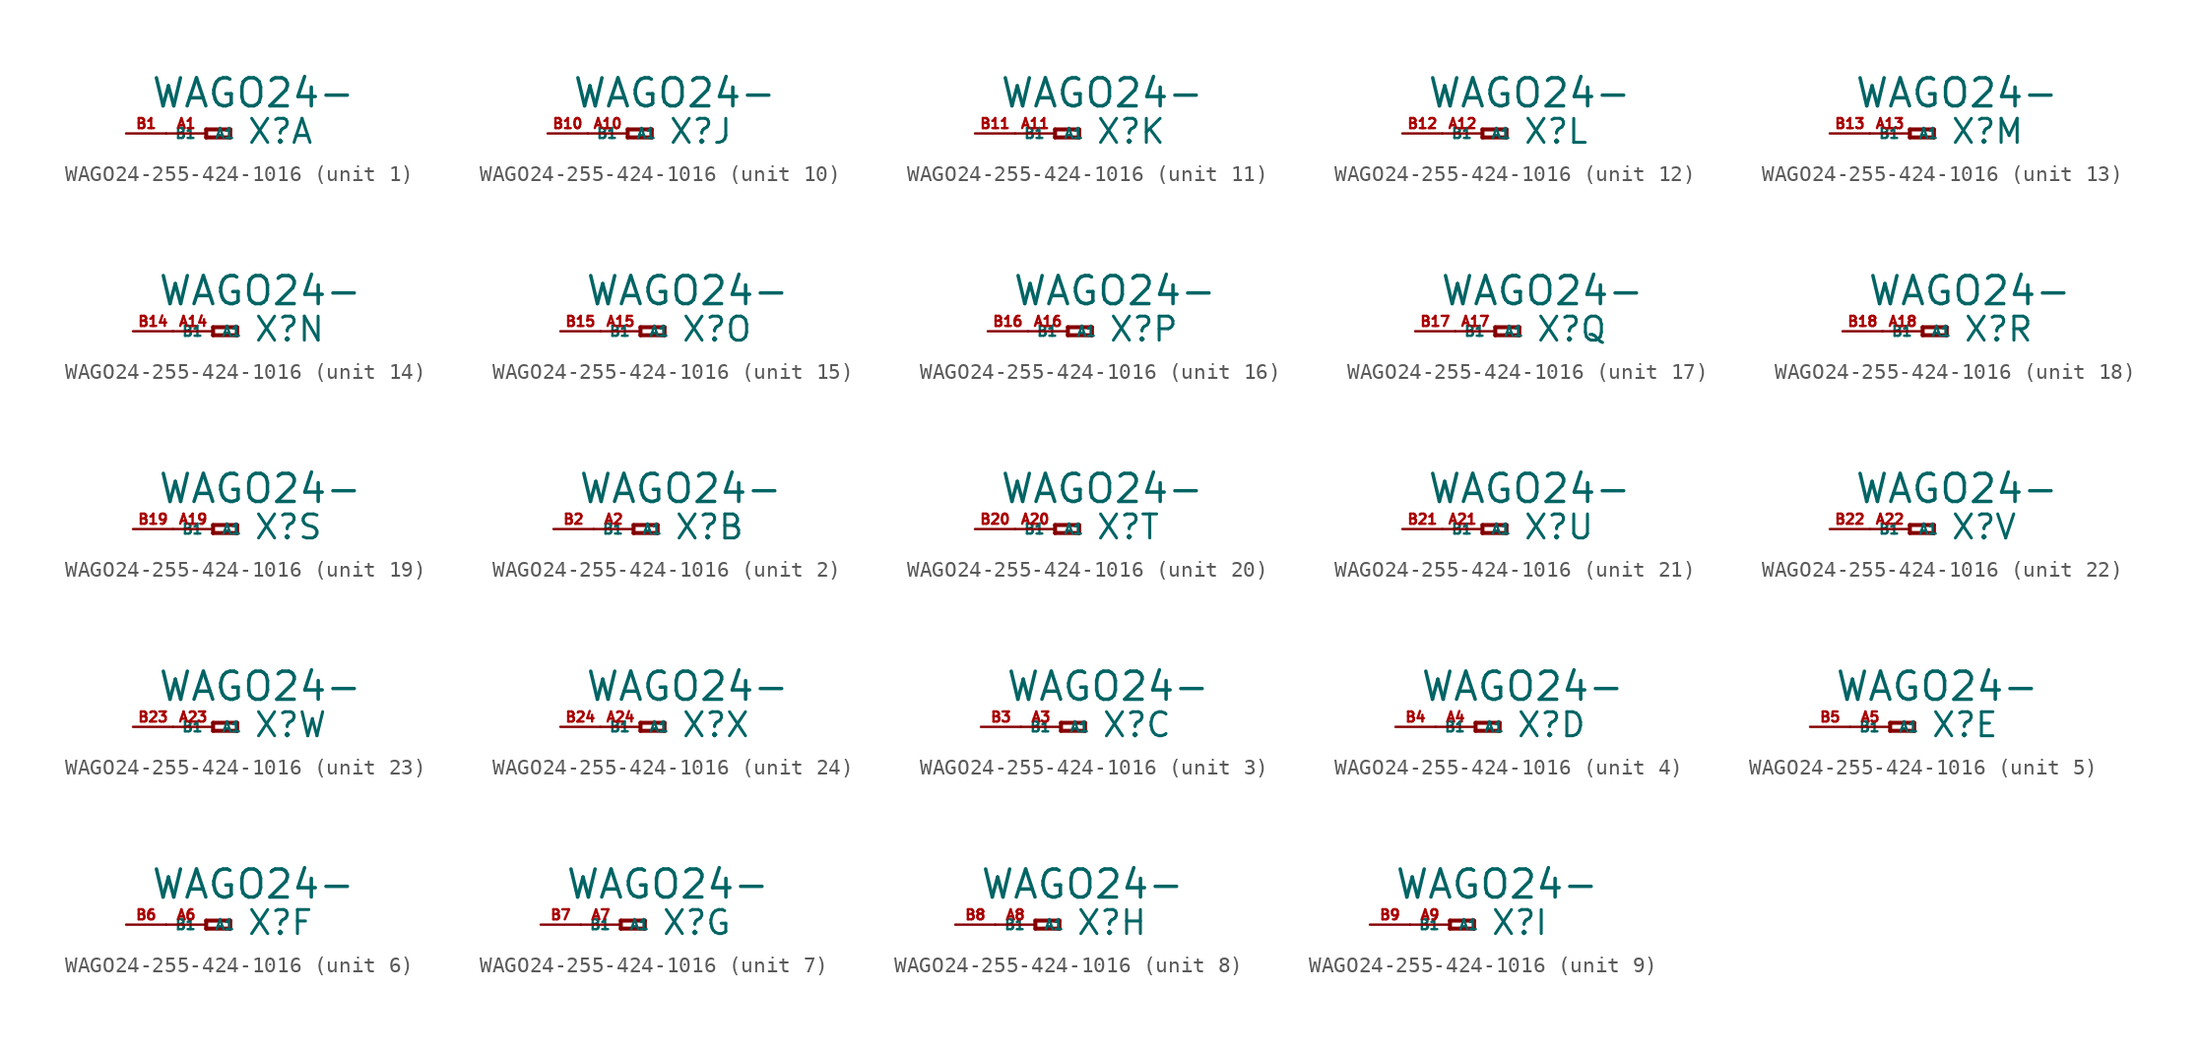
<source format=kicad_sym>
(kicad_symbol_lib
  (version 20220914)
  (generator Eagle2Kicad)
  (symbol "WAGO24-255-424-1016"
    (property "Reference" "X"
      (at 2.54 -0.762 0)
      (effects (font (size 1.524 1.524) (thickness 0.19)) (justify left bottom)))
    (property "Value" "WAGO24-"
      (at -3.556 1.524 0)
      (effects (font (size 1.778 1.778) (thickness 0.22)) (justify left bottom)))
    (symbol "WAGO24-255-424-1016_1_0"
      (polyline (pts (xy 0 0.254) (xy 0 -0.254)) (stroke (width 0.254) (type default)) (fill (type none)))
      (polyline (pts (xy 0 -0.254) (xy 1.524 -0.254)) (stroke (width 0.254) (type default)) (fill (type none)))
      (polyline (pts (xy 1.524 -0.254) (xy 1.524 0.254)) (stroke (width 0.254) (type default)) (fill (type none)))
      (polyline (pts (xy 1.524 0.254) (xy 0 0.254)) (stroke (width 0.254) (type default)) (fill (type none)))
      (pin passive line (at -2.54 0 0) (length 2.54) (name "A1" (effects (font (size 0.635 0.635) (thickness 0.08)) (justify left bottom))) (number "A1" (effects (font (size 0.635 0.635) (thickness 0.08)) (justify left bottom))))
      (pin passive line (at -5.08 0 0) (length 2.54) (name "B1" (effects (font (size 0.635 0.635) (thickness 0.08)) (justify left bottom))) (number "B1" (effects (font (size 0.635 0.635) (thickness 0.08)) (justify left bottom)))))
    (symbol "WAGO24-255-424-1016_2_0"
      (polyline (pts (xy 0 0.254) (xy 0 -0.254)) (stroke (width 0.254) (type default)) (fill (type none)))
      (polyline (pts (xy 0 -0.254) (xy 1.524 -0.254)) (stroke (width 0.254) (type default)) (fill (type none)))
      (polyline (pts (xy 1.524 -0.254) (xy 1.524 0.254)) (stroke (width 0.254) (type default)) (fill (type none)))
      (polyline (pts (xy 1.524 0.254) (xy 0 0.254)) (stroke (width 0.254) (type default)) (fill (type none)))
      (pin passive line (at -2.54 0 0) (length 2.54) (name "A1" (effects (font (size 0.635 0.635) (thickness 0.08)) (justify left bottom))) (number "A2" (effects (font (size 0.635 0.635) (thickness 0.08)) (justify left bottom))))
      (pin passive line (at -5.08 0 0) (length 2.54) (name "B1" (effects (font (size 0.635 0.635) (thickness 0.08)) (justify left bottom))) (number "B2" (effects (font (size 0.635 0.635) (thickness 0.08)) (justify left bottom)))))
    (symbol "WAGO24-255-424-1016_3_0"
      (polyline (pts (xy 0 0.254) (xy 0 -0.254)) (stroke (width 0.254) (type default)) (fill (type none)))
      (polyline (pts (xy 0 -0.254) (xy 1.524 -0.254)) (stroke (width 0.254) (type default)) (fill (type none)))
      (polyline (pts (xy 1.524 -0.254) (xy 1.524 0.254)) (stroke (width 0.254) (type default)) (fill (type none)))
      (polyline (pts (xy 1.524 0.254) (xy 0 0.254)) (stroke (width 0.254) (type default)) (fill (type none)))
      (pin passive line (at -2.54 0 0) (length 2.54) (name "A1" (effects (font (size 0.635 0.635) (thickness 0.08)) (justify left bottom))) (number "A3" (effects (font (size 0.635 0.635) (thickness 0.08)) (justify left bottom))))
      (pin passive line (at -5.08 0 0) (length 2.54) (name "B1" (effects (font (size 0.635 0.635) (thickness 0.08)) (justify left bottom))) (number "B3" (effects (font (size 0.635 0.635) (thickness 0.08)) (justify left bottom)))))
    (symbol "WAGO24-255-424-1016_4_0"
      (polyline (pts (xy 0 0.254) (xy 0 -0.254)) (stroke (width 0.254) (type default)) (fill (type none)))
      (polyline (pts (xy 0 -0.254) (xy 1.524 -0.254)) (stroke (width 0.254) (type default)) (fill (type none)))
      (polyline (pts (xy 1.524 -0.254) (xy 1.524 0.254)) (stroke (width 0.254) (type default)) (fill (type none)))
      (polyline (pts (xy 1.524 0.254) (xy 0 0.254)) (stroke (width 0.254) (type default)) (fill (type none)))
      (pin passive line (at -2.54 0 0) (length 2.54) (name "A1" (effects (font (size 0.635 0.635) (thickness 0.08)) (justify left bottom))) (number "A4" (effects (font (size 0.635 0.635) (thickness 0.08)) (justify left bottom))))
      (pin passive line (at -5.08 0 0) (length 2.54) (name "B1" (effects (font (size 0.635 0.635) (thickness 0.08)) (justify left bottom))) (number "B4" (effects (font (size 0.635 0.635) (thickness 0.08)) (justify left bottom)))))
    (symbol "WAGO24-255-424-1016_5_0"
      (polyline (pts (xy 0 0.254) (xy 0 -0.254)) (stroke (width 0.254) (type default)) (fill (type none)))
      (polyline (pts (xy 0 -0.254) (xy 1.524 -0.254)) (stroke (width 0.254) (type default)) (fill (type none)))
      (polyline (pts (xy 1.524 -0.254) (xy 1.524 0.254)) (stroke (width 0.254) (type default)) (fill (type none)))
      (polyline (pts (xy 1.524 0.254) (xy 0 0.254)) (stroke (width 0.254) (type default)) (fill (type none)))
      (pin passive line (at -2.54 0 0) (length 2.54) (name "A1" (effects (font (size 0.635 0.635) (thickness 0.08)) (justify left bottom))) (number "A5" (effects (font (size 0.635 0.635) (thickness 0.08)) (justify left bottom))))
      (pin passive line (at -5.08 0 0) (length 2.54) (name "B1" (effects (font (size 0.635 0.635) (thickness 0.08)) (justify left bottom))) (number "B5" (effects (font (size 0.635 0.635) (thickness 0.08)) (justify left bottom)))))
    (symbol "WAGO24-255-424-1016_6_0"
      (polyline (pts (xy 0 0.254) (xy 0 -0.254)) (stroke (width 0.254) (type default)) (fill (type none)))
      (polyline (pts (xy 0 -0.254) (xy 1.524 -0.254)) (stroke (width 0.254) (type default)) (fill (type none)))
      (polyline (pts (xy 1.524 -0.254) (xy 1.524 0.254)) (stroke (width 0.254) (type default)) (fill (type none)))
      (polyline (pts (xy 1.524 0.254) (xy 0 0.254)) (stroke (width 0.254) (type default)) (fill (type none)))
      (pin passive line (at -2.54 0 0) (length 2.54) (name "A1" (effects (font (size 0.635 0.635) (thickness 0.08)) (justify left bottom))) (number "A6" (effects (font (size 0.635 0.635) (thickness 0.08)) (justify left bottom))))
      (pin passive line (at -5.08 0 0) (length 2.54) (name "B1" (effects (font (size 0.635 0.635) (thickness 0.08)) (justify left bottom))) (number "B6" (effects (font (size 0.635 0.635) (thickness 0.08)) (justify left bottom)))))
    (symbol "WAGO24-255-424-1016_7_0"
      (polyline (pts (xy 0 0.254) (xy 0 -0.254)) (stroke (width 0.254) (type default)) (fill (type none)))
      (polyline (pts (xy 0 -0.254) (xy 1.524 -0.254)) (stroke (width 0.254) (type default)) (fill (type none)))
      (polyline (pts (xy 1.524 -0.254) (xy 1.524 0.254)) (stroke (width 0.254) (type default)) (fill (type none)))
      (polyline (pts (xy 1.524 0.254) (xy 0 0.254)) (stroke (width 0.254) (type default)) (fill (type none)))
      (pin passive line (at -2.54 0 0) (length 2.54) (name "A1" (effects (font (size 0.635 0.635) (thickness 0.08)) (justify left bottom))) (number "A7" (effects (font (size 0.635 0.635) (thickness 0.08)) (justify left bottom))))
      (pin passive line (at -5.08 0 0) (length 2.54) (name "B1" (effects (font (size 0.635 0.635) (thickness 0.08)) (justify left bottom))) (number "B7" (effects (font (size 0.635 0.635) (thickness 0.08)) (justify left bottom)))))
    (symbol "WAGO24-255-424-1016_8_0"
      (polyline (pts (xy 0 0.254) (xy 0 -0.254)) (stroke (width 0.254) (type default)) (fill (type none)))
      (polyline (pts (xy 0 -0.254) (xy 1.524 -0.254)) (stroke (width 0.254) (type default)) (fill (type none)))
      (polyline (pts (xy 1.524 -0.254) (xy 1.524 0.254)) (stroke (width 0.254) (type default)) (fill (type none)))
      (polyline (pts (xy 1.524 0.254) (xy 0 0.254)) (stroke (width 0.254) (type default)) (fill (type none)))
      (pin passive line (at -2.54 0 0) (length 2.54) (name "A1" (effects (font (size 0.635 0.635) (thickness 0.08)) (justify left bottom))) (number "A8" (effects (font (size 0.635 0.635) (thickness 0.08)) (justify left bottom))))
      (pin passive line (at -5.08 0 0) (length 2.54) (name "B1" (effects (font (size 0.635 0.635) (thickness 0.08)) (justify left bottom))) (number "B8" (effects (font (size 0.635 0.635) (thickness 0.08)) (justify left bottom)))))
    (symbol "WAGO24-255-424-1016_9_0"
      (polyline (pts (xy 0 0.254) (xy 0 -0.254)) (stroke (width 0.254) (type default)) (fill (type none)))
      (polyline (pts (xy 0 -0.254) (xy 1.524 -0.254)) (stroke (width 0.254) (type default)) (fill (type none)))
      (polyline (pts (xy 1.524 -0.254) (xy 1.524 0.254)) (stroke (width 0.254) (type default)) (fill (type none)))
      (polyline (pts (xy 1.524 0.254) (xy 0 0.254)) (stroke (width 0.254) (type default)) (fill (type none)))
      (pin passive line (at -2.54 0 0) (length 2.54) (name "A1" (effects (font (size 0.635 0.635) (thickness 0.08)) (justify left bottom))) (number "A9" (effects (font (size 0.635 0.635) (thickness 0.08)) (justify left bottom))))
      (pin passive line (at -5.08 0 0) (length 2.54) (name "B1" (effects (font (size 0.635 0.635) (thickness 0.08)) (justify left bottom))) (number "B9" (effects (font (size 0.635 0.635) (thickness 0.08)) (justify left bottom)))))
    (symbol "WAGO24-255-424-1016_10_0"
      (polyline (pts (xy 0 0.254) (xy 0 -0.254)) (stroke (width 0.254) (type default)) (fill (type none)))
      (polyline (pts (xy 0 -0.254) (xy 1.524 -0.254)) (stroke (width 0.254) (type default)) (fill (type none)))
      (polyline (pts (xy 1.524 -0.254) (xy 1.524 0.254)) (stroke (width 0.254) (type default)) (fill (type none)))
      (polyline (pts (xy 1.524 0.254) (xy 0 0.254)) (stroke (width 0.254) (type default)) (fill (type none)))
      (pin passive line (at -2.54 0 0) (length 2.54) (name "A1" (effects (font (size 0.635 0.635) (thickness 0.08)) (justify left bottom))) (number "A10" (effects (font (size 0.635 0.635) (thickness 0.08)) (justify left bottom))))
      (pin passive line (at -5.08 0 0) (length 2.54) (name "B1" (effects (font (size 0.635 0.635) (thickness 0.08)) (justify left bottom))) (number "B10" (effects (font (size 0.635 0.635) (thickness 0.08)) (justify left bottom)))))
    (symbol "WAGO24-255-424-1016_11_0"
      (polyline (pts (xy 0 0.254) (xy 0 -0.254)) (stroke (width 0.254) (type default)) (fill (type none)))
      (polyline (pts (xy 0 -0.254) (xy 1.524 -0.254)) (stroke (width 0.254) (type default)) (fill (type none)))
      (polyline (pts (xy 1.524 -0.254) (xy 1.524 0.254)) (stroke (width 0.254) (type default)) (fill (type none)))
      (polyline (pts (xy 1.524 0.254) (xy 0 0.254)) (stroke (width 0.254) (type default)) (fill (type none)))
      (pin passive line (at -2.54 0 0) (length 2.54) (name "A1" (effects (font (size 0.635 0.635) (thickness 0.08)) (justify left bottom))) (number "A11" (effects (font (size 0.635 0.635) (thickness 0.08)) (justify left bottom))))
      (pin passive line (at -5.08 0 0) (length 2.54) (name "B1" (effects (font (size 0.635 0.635) (thickness 0.08)) (justify left bottom))) (number "B11" (effects (font (size 0.635 0.635) (thickness 0.08)) (justify left bottom)))))
    (symbol "WAGO24-255-424-1016_12_0"
      (polyline (pts (xy 0 0.254) (xy 0 -0.254)) (stroke (width 0.254) (type default)) (fill (type none)))
      (polyline (pts (xy 0 -0.254) (xy 1.524 -0.254)) (stroke (width 0.254) (type default)) (fill (type none)))
      (polyline (pts (xy 1.524 -0.254) (xy 1.524 0.254)) (stroke (width 0.254) (type default)) (fill (type none)))
      (polyline (pts (xy 1.524 0.254) (xy 0 0.254)) (stroke (width 0.254) (type default)) (fill (type none)))
      (pin passive line (at -2.54 0 0) (length 2.54) (name "A1" (effects (font (size 0.635 0.635) (thickness 0.08)) (justify left bottom))) (number "A12" (effects (font (size 0.635 0.635) (thickness 0.08)) (justify left bottom))))
      (pin passive line (at -5.08 0 0) (length 2.54) (name "B1" (effects (font (size 0.635 0.635) (thickness 0.08)) (justify left bottom))) (number "B12" (effects (font (size 0.635 0.635) (thickness 0.08)) (justify left bottom)))))
    (symbol "WAGO24-255-424-1016_13_0"
      (polyline (pts (xy 0 0.254) (xy 0 -0.254)) (stroke (width 0.254) (type default)) (fill (type none)))
      (polyline (pts (xy 0 -0.254) (xy 1.524 -0.254)) (stroke (width 0.254) (type default)) (fill (type none)))
      (polyline (pts (xy 1.524 -0.254) (xy 1.524 0.254)) (stroke (width 0.254) (type default)) (fill (type none)))
      (polyline (pts (xy 1.524 0.254) (xy 0 0.254)) (stroke (width 0.254) (type default)) (fill (type none)))
      (pin passive line (at -2.54 0 0) (length 2.54) (name "A1" (effects (font (size 0.635 0.635) (thickness 0.08)) (justify left bottom))) (number "A13" (effects (font (size 0.635 0.635) (thickness 0.08)) (justify left bottom))))
      (pin passive line (at -5.08 0 0) (length 2.54) (name "B1" (effects (font (size 0.635 0.635) (thickness 0.08)) (justify left bottom))) (number "B13" (effects (font (size 0.635 0.635) (thickness 0.08)) (justify left bottom)))))
    (symbol "WAGO24-255-424-1016_14_0"
      (polyline (pts (xy 0 0.254) (xy 0 -0.254)) (stroke (width 0.254) (type default)) (fill (type none)))
      (polyline (pts (xy 0 -0.254) (xy 1.524 -0.254)) (stroke (width 0.254) (type default)) (fill (type none)))
      (polyline (pts (xy 1.524 -0.254) (xy 1.524 0.254)) (stroke (width 0.254) (type default)) (fill (type none)))
      (polyline (pts (xy 1.524 0.254) (xy 0 0.254)) (stroke (width 0.254) (type default)) (fill (type none)))
      (pin passive line (at -2.54 0 0) (length 2.54) (name "A1" (effects (font (size 0.635 0.635) (thickness 0.08)) (justify left bottom))) (number "A14" (effects (font (size 0.635 0.635) (thickness 0.08)) (justify left bottom))))
      (pin passive line (at -5.08 0 0) (length 2.54) (name "B1" (effects (font (size 0.635 0.635) (thickness 0.08)) (justify left bottom))) (number "B14" (effects (font (size 0.635 0.635) (thickness 0.08)) (justify left bottom)))))
    (symbol "WAGO24-255-424-1016_15_0"
      (polyline (pts (xy 0 0.254) (xy 0 -0.254)) (stroke (width 0.254) (type default)) (fill (type none)))
      (polyline (pts (xy 0 -0.254) (xy 1.524 -0.254)) (stroke (width 0.254) (type default)) (fill (type none)))
      (polyline (pts (xy 1.524 -0.254) (xy 1.524 0.254)) (stroke (width 0.254) (type default)) (fill (type none)))
      (polyline (pts (xy 1.524 0.254) (xy 0 0.254)) (stroke (width 0.254) (type default)) (fill (type none)))
      (pin passive line (at -2.54 0 0) (length 2.54) (name "A1" (effects (font (size 0.635 0.635) (thickness 0.08)) (justify left bottom))) (number "A15" (effects (font (size 0.635 0.635) (thickness 0.08)) (justify left bottom))))
      (pin passive line (at -5.08 0 0) (length 2.54) (name "B1" (effects (font (size 0.635 0.635) (thickness 0.08)) (justify left bottom))) (number "B15" (effects (font (size 0.635 0.635) (thickness 0.08)) (justify left bottom)))))
    (symbol "WAGO24-255-424-1016_16_0"
      (polyline (pts (xy 0 0.254) (xy 0 -0.254)) (stroke (width 0.254) (type default)) (fill (type none)))
      (polyline (pts (xy 0 -0.254) (xy 1.524 -0.254)) (stroke (width 0.254) (type default)) (fill (type none)))
      (polyline (pts (xy 1.524 -0.254) (xy 1.524 0.254)) (stroke (width 0.254) (type default)) (fill (type none)))
      (polyline (pts (xy 1.524 0.254) (xy 0 0.254)) (stroke (width 0.254) (type default)) (fill (type none)))
      (pin passive line (at -2.54 0 0) (length 2.54) (name "A1" (effects (font (size 0.635 0.635) (thickness 0.08)) (justify left bottom))) (number "A16" (effects (font (size 0.635 0.635) (thickness 0.08)) (justify left bottom))))
      (pin passive line (at -5.08 0 0) (length 2.54) (name "B1" (effects (font (size 0.635 0.635) (thickness 0.08)) (justify left bottom))) (number "B16" (effects (font (size 0.635 0.635) (thickness 0.08)) (justify left bottom)))))
    (symbol "WAGO24-255-424-1016_17_0"
      (polyline (pts (xy 0 0.254) (xy 0 -0.254)) (stroke (width 0.254) (type default)) (fill (type none)))
      (polyline (pts (xy 0 -0.254) (xy 1.524 -0.254)) (stroke (width 0.254) (type default)) (fill (type none)))
      (polyline (pts (xy 1.524 -0.254) (xy 1.524 0.254)) (stroke (width 0.254) (type default)) (fill (type none)))
      (polyline (pts (xy 1.524 0.254) (xy 0 0.254)) (stroke (width 0.254) (type default)) (fill (type none)))
      (pin passive line (at -2.54 0 0) (length 2.54) (name "A1" (effects (font (size 0.635 0.635) (thickness 0.08)) (justify left bottom))) (number "A17" (effects (font (size 0.635 0.635) (thickness 0.08)) (justify left bottom))))
      (pin passive line (at -5.08 0 0) (length 2.54) (name "B1" (effects (font (size 0.635 0.635) (thickness 0.08)) (justify left bottom))) (number "B17" (effects (font (size 0.635 0.635) (thickness 0.08)) (justify left bottom)))))
    (symbol "WAGO24-255-424-1016_18_0"
      (polyline (pts (xy 0 0.254) (xy 0 -0.254)) (stroke (width 0.254) (type default)) (fill (type none)))
      (polyline (pts (xy 0 -0.254) (xy 1.524 -0.254)) (stroke (width 0.254) (type default)) (fill (type none)))
      (polyline (pts (xy 1.524 -0.254) (xy 1.524 0.254)) (stroke (width 0.254) (type default)) (fill (type none)))
      (polyline (pts (xy 1.524 0.254) (xy 0 0.254)) (stroke (width 0.254) (type default)) (fill (type none)))
      (pin passive line (at -2.54 0 0) (length 2.54) (name "A1" (effects (font (size 0.635 0.635) (thickness 0.08)) (justify left bottom))) (number "A18" (effects (font (size 0.635 0.635) (thickness 0.08)) (justify left bottom))))
      (pin passive line (at -5.08 0 0) (length 2.54) (name "B1" (effects (font (size 0.635 0.635) (thickness 0.08)) (justify left bottom))) (number "B18" (effects (font (size 0.635 0.635) (thickness 0.08)) (justify left bottom)))))
    (symbol "WAGO24-255-424-1016_19_0"
      (polyline (pts (xy 0 0.254) (xy 0 -0.254)) (stroke (width 0.254) (type default)) (fill (type none)))
      (polyline (pts (xy 0 -0.254) (xy 1.524 -0.254)) (stroke (width 0.254) (type default)) (fill (type none)))
      (polyline (pts (xy 1.524 -0.254) (xy 1.524 0.254)) (stroke (width 0.254) (type default)) (fill (type none)))
      (polyline (pts (xy 1.524 0.254) (xy 0 0.254)) (stroke (width 0.254) (type default)) (fill (type none)))
      (pin passive line (at -2.54 0 0) (length 2.54) (name "A1" (effects (font (size 0.635 0.635) (thickness 0.08)) (justify left bottom))) (number "A19" (effects (font (size 0.635 0.635) (thickness 0.08)) (justify left bottom))))
      (pin passive line (at -5.08 0 0) (length 2.54) (name "B1" (effects (font (size 0.635 0.635) (thickness 0.08)) (justify left bottom))) (number "B19" (effects (font (size 0.635 0.635) (thickness 0.08)) (justify left bottom)))))
    (symbol "WAGO24-255-424-1016_20_0"
      (polyline (pts (xy 0 0.254) (xy 0 -0.254)) (stroke (width 0.254) (type default)) (fill (type none)))
      (polyline (pts (xy 0 -0.254) (xy 1.524 -0.254)) (stroke (width 0.254) (type default)) (fill (type none)))
      (polyline (pts (xy 1.524 -0.254) (xy 1.524 0.254)) (stroke (width 0.254) (type default)) (fill (type none)))
      (polyline (pts (xy 1.524 0.254) (xy 0 0.254)) (stroke (width 0.254) (type default)) (fill (type none)))
      (pin passive line (at -2.54 0 0) (length 2.54) (name "A1" (effects (font (size 0.635 0.635) (thickness 0.08)) (justify left bottom))) (number "A20" (effects (font (size 0.635 0.635) (thickness 0.08)) (justify left bottom))))
      (pin passive line (at -5.08 0 0) (length 2.54) (name "B1" (effects (font (size 0.635 0.635) (thickness 0.08)) (justify left bottom))) (number "B20" (effects (font (size 0.635 0.635) (thickness 0.08)) (justify left bottom)))))
    (symbol "WAGO24-255-424-1016_21_0"
      (polyline (pts (xy 0 0.254) (xy 0 -0.254)) (stroke (width 0.254) (type default)) (fill (type none)))
      (polyline (pts (xy 0 -0.254) (xy 1.524 -0.254)) (stroke (width 0.254) (type default)) (fill (type none)))
      (polyline (pts (xy 1.524 -0.254) (xy 1.524 0.254)) (stroke (width 0.254) (type default)) (fill (type none)))
      (polyline (pts (xy 1.524 0.254) (xy 0 0.254)) (stroke (width 0.254) (type default)) (fill (type none)))
      (pin passive line (at -2.54 0 0) (length 2.54) (name "A1" (effects (font (size 0.635 0.635) (thickness 0.08)) (justify left bottom))) (number "A21" (effects (font (size 0.635 0.635) (thickness 0.08)) (justify left bottom))))
      (pin passive line (at -5.08 0 0) (length 2.54) (name "B1" (effects (font (size 0.635 0.635) (thickness 0.08)) (justify left bottom))) (number "B21" (effects (font (size 0.635 0.635) (thickness 0.08)) (justify left bottom)))))
    (symbol "WAGO24-255-424-1016_22_0"
      (polyline (pts (xy 0 0.254) (xy 0 -0.254)) (stroke (width 0.254) (type default)) (fill (type none)))
      (polyline (pts (xy 0 -0.254) (xy 1.524 -0.254)) (stroke (width 0.254) (type default)) (fill (type none)))
      (polyline (pts (xy 1.524 -0.254) (xy 1.524 0.254)) (stroke (width 0.254) (type default)) (fill (type none)))
      (polyline (pts (xy 1.524 0.254) (xy 0 0.254)) (stroke (width 0.254) (type default)) (fill (type none)))
      (pin passive line (at -2.54 0 0) (length 2.54) (name "A1" (effects (font (size 0.635 0.635) (thickness 0.08)) (justify left bottom))) (number "A22" (effects (font (size 0.635 0.635) (thickness 0.08)) (justify left bottom))))
      (pin passive line (at -5.08 0 0) (length 2.54) (name "B1" (effects (font (size 0.635 0.635) (thickness 0.08)) (justify left bottom))) (number "B22" (effects (font (size 0.635 0.635) (thickness 0.08)) (justify left bottom)))))
    (symbol "WAGO24-255-424-1016_23_0"
      (polyline (pts (xy 0 0.254) (xy 0 -0.254)) (stroke (width 0.254) (type default)) (fill (type none)))
      (polyline (pts (xy 0 -0.254) (xy 1.524 -0.254)) (stroke (width 0.254) (type default)) (fill (type none)))
      (polyline (pts (xy 1.524 -0.254) (xy 1.524 0.254)) (stroke (width 0.254) (type default)) (fill (type none)))
      (polyline (pts (xy 1.524 0.254) (xy 0 0.254)) (stroke (width 0.254) (type default)) (fill (type none)))
      (pin passive line (at -2.54 0 0) (length 2.54) (name "A1" (effects (font (size 0.635 0.635) (thickness 0.08)) (justify left bottom))) (number "A23" (effects (font (size 0.635 0.635) (thickness 0.08)) (justify left bottom))))
      (pin passive line (at -5.08 0 0) (length 2.54) (name "B1" (effects (font (size 0.635 0.635) (thickness 0.08)) (justify left bottom))) (number "B23" (effects (font (size 0.635 0.635) (thickness 0.08)) (justify left bottom)))))
    (symbol "WAGO24-255-424-1016_24_0"
      (polyline (pts (xy 0 0.254) (xy 0 -0.254)) (stroke (width 0.254) (type default)) (fill (type none)))
      (polyline (pts (xy 0 -0.254) (xy 1.524 -0.254)) (stroke (width 0.254) (type default)) (fill (type none)))
      (polyline (pts (xy 1.524 -0.254) (xy 1.524 0.254)) (stroke (width 0.254) (type default)) (fill (type none)))
      (polyline (pts (xy 1.524 0.254) (xy 0 0.254)) (stroke (width 0.254) (type default)) (fill (type none)))
      (pin passive line (at -2.54 0 0) (length 2.54) (name "A1" (effects (font (size 0.635 0.635) (thickness 0.08)) (justify left bottom))) (number "A24" (effects (font (size 0.635 0.635) (thickness 0.08)) (justify left bottom))))
      (pin passive line (at -5.08 0 0) (length 2.54) (name "B1" (effects (font (size 0.635 0.635) (thickness 0.08)) (justify left bottom))) (number "B24" (effects (font (size 0.635 0.635) (thickness 0.08)) (justify left bottom)))))))
</source>
